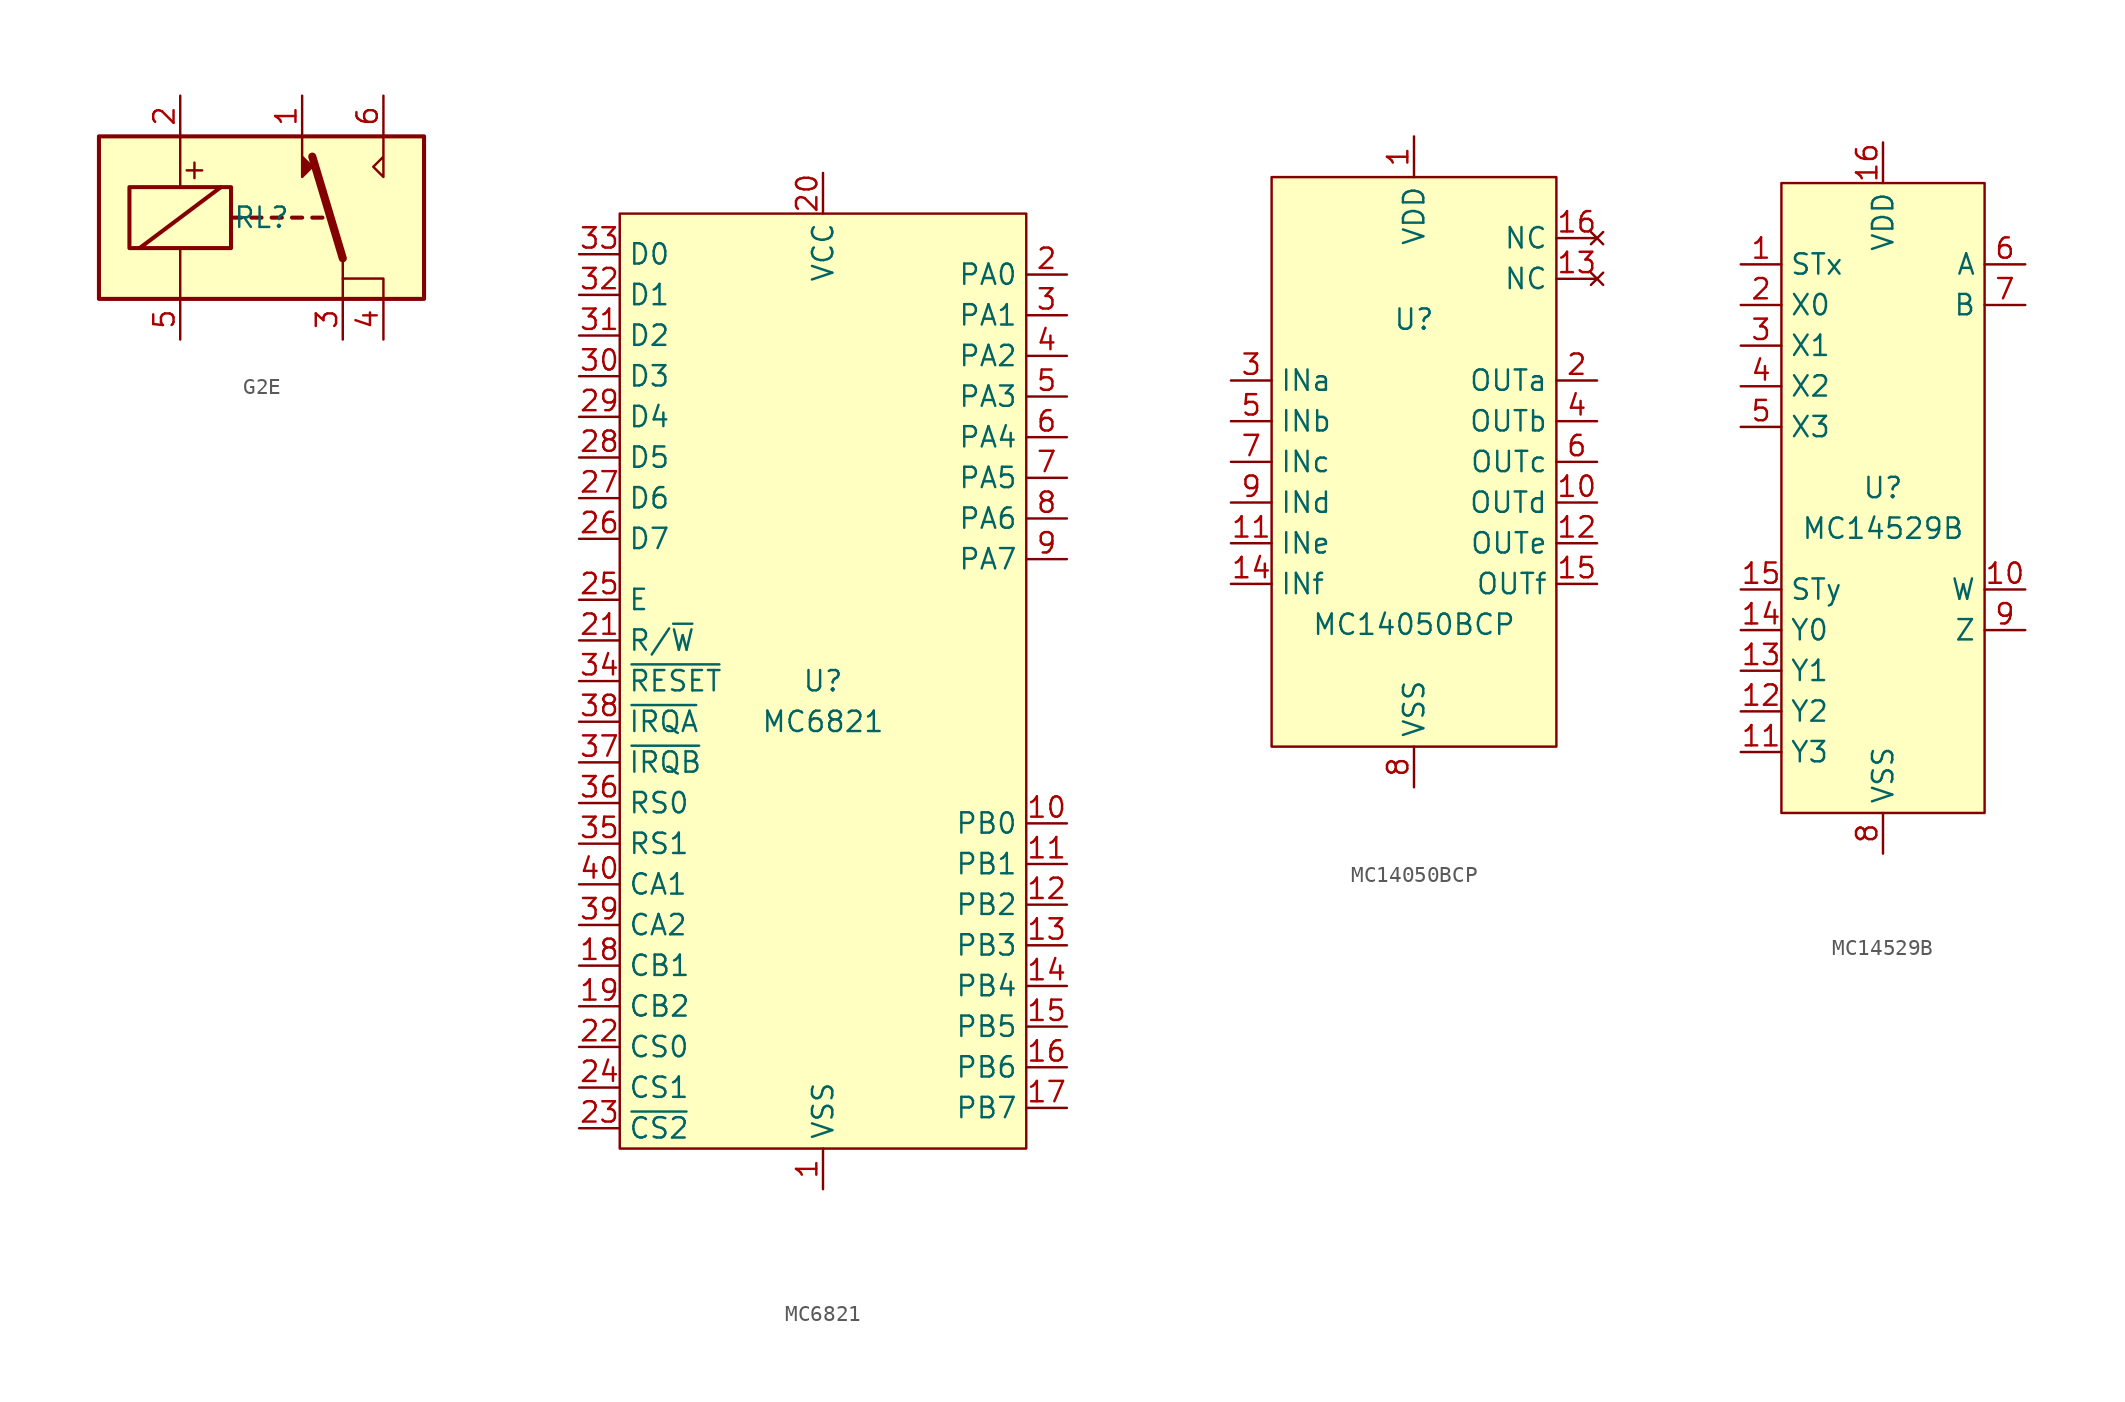
<source format=kicad_sym>
(kicad_symbol_lib
  (version 20231120)
  (generator "kicad_symbol_editor")
  (generator_version "8.0")
  (symbol "G2E"
    (property "Reference" "RL"
      (at 0 0 0)
      (effects (font (size 1.27 1.27))))
    (property "Value" ""
      (at 0 0 0)
      (effects (font (size 1.27 1.27))))
    (symbol "G2E_0_0"
      (polyline (pts (xy 7.62 5.08) (xy 7.62 2.54) (xy 6.985 3.175) (xy 7.62 3.81)) (stroke (width 0) (type default)) (fill (type none)))
      (text "+" (at -4.191 3.048 0) (effects (font (size 1.27 1.27)))))
    (symbol "G2E_0_1"
      (rectangle (start -10.16 5.08) (end 10.16 -5.08) (stroke (width 0.254) (type default)) (fill (type background)))
      (rectangle (start -8.255 1.905) (end -1.905 -1.905) (stroke (width 0.254) (type default)) (fill (type none)))
      (polyline (pts (xy -7.62 -1.905) (xy -2.54 1.905)) (stroke (width 0.254) (type default)) (fill (type none)))
      (polyline (pts (xy -5.08 -5.08) (xy -5.08 -1.905)) (stroke (width 0) (type default)) (fill (type none)))
      (polyline (pts (xy -5.08 5.08) (xy -5.08 1.905)) (stroke (width 0) (type default)) (fill (type none)))
      (polyline (pts (xy -1.905 0) (xy -1.27 0)) (stroke (width 0.254) (type default)) (fill (type none)))
      (polyline (pts (xy -0.635 0) (xy 0 0)) (stroke (width 0.254) (type default)) (fill (type none)))
      (polyline (pts (xy 0.635 0) (xy 1.27 0)) (stroke (width 0.254) (type default)) (fill (type none)))
      (polyline (pts (xy 1.905 0) (xy 2.54 0)) (stroke (width 0.254) (type default)) (fill (type none)))
      (polyline (pts (xy 3.175 0) (xy 3.81 0)) (stroke (width 0.254) (type default)) (fill (type none)))
      (polyline (pts (xy 5.08 -2.54) (xy 3.175 3.81)) (stroke (width 0.508) (type default)) (fill (type none)))
      (polyline (pts (xy 5.08 -2.54) (xy 5.08 -5.08)) (stroke (width 0) (type default)) (fill (type none)))
      (polyline (pts (xy 5.08 -3.81) (xy 7.62 -3.81) (xy 7.62 -5.08)) (stroke (width 0) (type default)) (fill (type none)))
      (polyline (pts (xy 2.54 5.08) (xy 2.54 2.54) (xy 3.175 3.175) (xy 2.54 3.81)) (stroke (width 0) (type default)) (fill (type outline))))
    (symbol "G2E_1_1"
      (pin passive line (at 2.54 7.62 270) (length 2.54) (name "~" (effects (font (size 1.27 1.27)))) (number "1" (effects (font (size 1.27 1.27)))))
      (pin passive line (at -5.08 7.62 270) (length 2.54) (name "~" (effects (font (size 1.27 1.27)))) (number "2" (effects (font (size 1.27 1.27)))))
      (pin passive line (at 5.08 -7.62 90) (length 2.54) (name "~" (effects (font (size 1.27 1.27)))) (number "3" (effects (font (size 1.27 1.27)))))
      (pin passive line (at 7.62 -7.62 90) (length 2.54) (name "~" (effects (font (size 1.27 1.27)))) (number "4" (effects (font (size 1.27 1.27)))))
      (pin passive line (at -5.08 -7.62 90) (length 2.54) (name "~" (effects (font (size 1.27 1.27)))) (number "5" (effects (font (size 1.27 1.27)))))
      (pin passive line (at 7.62 7.62 270) (length 2.54) (name "~" (effects (font (size 1.27 1.27)))) (number "6" (effects (font (size 1.27 1.27)))))))
  (symbol "MC6821"
    (property "Reference" "U"
      (at 0 1.27 0)
      (effects (font (size 1.27 1.27))))
    (property "Value" "MC6821"
      (at 0 -1.27 0)
      (effects (font (size 1.27 1.27))))
    (symbol "MC6821_0_1"
      (rectangle (start -12.7 30.48) (end 12.7 -27.94) (stroke (width 0) (type default)) (fill (type background))))
    (symbol "MC6821_1_1"
      (pin power_in line (at 0 -30.48 90) (length 2.54) (name "VSS" (effects (font (size 1.27 1.27)))) (number "1" (effects (font (size 1.27 1.27)))))
      (pin bidirectional line (at 15.24 -7.62 180) (length 2.54) (name "PB0" (effects (font (size 1.27 1.27)))) (number "10" (effects (font (size 1.27 1.27)))))
      (pin bidirectional line (at 15.24 -10.16 180) (length 2.54) (name "PB1" (effects (font (size 1.27 1.27)))) (number "11" (effects (font (size 1.27 1.27)))))
      (pin bidirectional line (at 15.24 -12.7 180) (length 2.54) (name "PB2" (effects (font (size 1.27 1.27)))) (number "12" (effects (font (size 1.27 1.27)))))
      (pin bidirectional line (at 15.24 -15.24 180) (length 2.54) (name "PB3" (effects (font (size 1.27 1.27)))) (number "13" (effects (font (size 1.27 1.27)))))
      (pin bidirectional line (at 15.24 -17.78 180) (length 2.54) (name "PB4" (effects (font (size 1.27 1.27)))) (number "14" (effects (font (size 1.27 1.27)))))
      (pin bidirectional line (at 15.24 -20.32 180) (length 2.54) (name "PB5" (effects (font (size 1.27 1.27)))) (number "15" (effects (font (size 1.27 1.27)))))
      (pin bidirectional line (at 15.24 -22.86 180) (length 2.54) (name "PB6" (effects (font (size 1.27 1.27)))) (number "16" (effects (font (size 1.27 1.27)))))
      (pin bidirectional line (at 15.24 -25.4 180) (length 2.54) (name "PB7" (effects (font (size 1.27 1.27)))) (number "17" (effects (font (size 1.27 1.27)))))
      (pin input line (at -15.24 -16.51 0) (length 2.54) (name "CB1" (effects (font (size 1.27 1.27)))) (number "18" (effects (font (size 1.27 1.27)))))
      (pin input line (at -15.24 -19.05 0) (length 2.54) (name "CB2" (effects (font (size 1.27 1.27)))) (number "19" (effects (font (size 1.27 1.27)))))
      (pin bidirectional line (at 15.24 26.67 180) (length 2.54) (name "PA0" (effects (font (size 1.27 1.27)))) (number "2" (effects (font (size 1.27 1.27)))))
      (pin power_in line (at 0 33.02 270) (length 2.54) (name "VCC" (effects (font (size 1.27 1.27)))) (number "20" (effects (font (size 1.27 1.27)))))
      (pin input line (at -15.24 3.81 0) (length 2.54) (name "R/~{W}" (effects (font (size 1.27 1.27)))) (number "21" (effects (font (size 1.27 1.27)))))
      (pin input line (at -15.24 -21.59 0) (length 2.54) (name "CS0" (effects (font (size 1.27 1.27)))) (number "22" (effects (font (size 1.27 1.27)))))
      (pin input line (at -15.24 -26.67 0) (length 2.54) (name "~{CS2}" (effects (font (size 1.27 1.27)))) (number "23" (effects (font (size 1.27 1.27)))))
      (pin input line (at -15.24 -24.13 0) (length 2.54) (name "CS1" (effects (font (size 1.27 1.27)))) (number "24" (effects (font (size 1.27 1.27)))))
      (pin input line (at -15.24 6.35 0) (length 2.54) (name "E" (effects (font (size 1.27 1.27)))) (number "25" (effects (font (size 1.27 1.27)))))
      (pin bidirectional line (at -15.24 10.16 0) (length 2.54) (name "D7" (effects (font (size 1.27 1.27)))) (number "26" (effects (font (size 1.27 1.27)))))
      (pin bidirectional line (at -15.24 12.7 0) (length 2.54) (name "D6" (effects (font (size 1.27 1.27)))) (number "27" (effects (font (size 1.27 1.27)))))
      (pin bidirectional line (at -15.24 15.24 0) (length 2.54) (name "D5" (effects (font (size 1.27 1.27)))) (number "28" (effects (font (size 1.27 1.27)))))
      (pin bidirectional line (at -15.24 17.78 0) (length 2.54) (name "D4" (effects (font (size 1.27 1.27)))) (number "29" (effects (font (size 1.27 1.27)))))
      (pin bidirectional line (at 15.24 24.13 180) (length 2.54) (name "PA1" (effects (font (size 1.27 1.27)))) (number "3" (effects (font (size 1.27 1.27)))))
      (pin bidirectional line (at -15.24 20.32 0) (length 2.54) (name "D3" (effects (font (size 1.27 1.27)))) (number "30" (effects (font (size 1.27 1.27)))))
      (pin bidirectional line (at -15.24 22.86 0) (length 2.54) (name "D2" (effects (font (size 1.27 1.27)))) (number "31" (effects (font (size 1.27 1.27)))))
      (pin bidirectional line (at -15.24 25.4 0) (length 2.54) (name "D1" (effects (font (size 1.27 1.27)))) (number "32" (effects (font (size 1.27 1.27)))))
      (pin bidirectional line (at -15.24 27.94 0) (length 2.54) (name "D0" (effects (font (size 1.27 1.27)))) (number "33" (effects (font (size 1.27 1.27)))))
      (pin input line (at -15.24 1.27 0) (length 2.54) (name "~{RESET}" (effects (font (size 1.27 1.27)))) (number "34" (effects (font (size 1.27 1.27)))))
      (pin input line (at -15.24 -8.89 0) (length 2.54) (name "RS1" (effects (font (size 1.27 1.27)))) (number "35" (effects (font (size 1.27 1.27)))))
      (pin input line (at -15.24 -6.35 0) (length 2.54) (name "RS0" (effects (font (size 1.27 1.27)))) (number "36" (effects (font (size 1.27 1.27)))))
      (pin input line (at -15.24 -3.81 0) (length 2.54) (name "~{IRQB}" (effects (font (size 1.27 1.27)))) (number "37" (effects (font (size 1.27 1.27)))))
      (pin input line (at -15.24 -1.27 0) (length 2.54) (name "~{IRQA}" (effects (font (size 1.27 1.27)))) (number "38" (effects (font (size 1.27 1.27)))))
      (pin input line (at -15.24 -13.97 0) (length 2.54) (name "CA2" (effects (font (size 1.27 1.27)))) (number "39" (effects (font (size 1.27 1.27)))))
      (pin bidirectional line (at 15.24 21.59 180) (length 2.54) (name "PA2" (effects (font (size 1.27 1.27)))) (number "4" (effects (font (size 1.27 1.27)))))
      (pin input line (at -15.24 -11.43 0) (length 2.54) (name "CA1" (effects (font (size 1.27 1.27)))) (number "40" (effects (font (size 1.27 1.27)))))
      (pin bidirectional line (at 15.24 19.05 180) (length 2.54) (name "PA3" (effects (font (size 1.27 1.27)))) (number "5" (effects (font (size 1.27 1.27)))))
      (pin bidirectional line (at 15.24 16.51 180) (length 2.54) (name "PA4" (effects (font (size 1.27 1.27)))) (number "6" (effects (font (size 1.27 1.27)))))
      (pin bidirectional line (at 15.24 13.97 180) (length 2.54) (name "PA5" (effects (font (size 1.27 1.27)))) (number "7" (effects (font (size 1.27 1.27)))))
      (pin bidirectional line (at 15.24 11.43 180) (length 2.54) (name "PA6" (effects (font (size 1.27 1.27)))) (number "8" (effects (font (size 1.27 1.27)))))
      (pin bidirectional line (at 15.24 8.89 180) (length 2.54) (name "PA7" (effects (font (size 1.27 1.27)))) (number "9" (effects (font (size 1.27 1.27)))))))
  (symbol "MC14050BCP"
    (property "Reference" "U"
      (at 0 8.89 0)
      (effects (font (size 1.27 1.27))))
    (property "Value" "MC14050BCP"
      (at 0 -10.16 0)
      (effects (font (size 1.27 1.27))))
    (symbol "MC14050BCP_0_1"
      (rectangle (start -8.89 17.78) (end 8.89 -17.78) (stroke (width 0) (type default)) (fill (type background))))
    (symbol "MC14050BCP_1_1"
      (pin power_in line (at 0 20.32 270) (length 2.54) (name "VDD" (effects (font (size 1.27 1.27)))) (number "1" (effects (font (size 1.27 1.27)))))
      (pin output line (at 11.43 -2.54 180) (length 2.54) (name "OUTd" (effects (font (size 1.27 1.27)))) (number "10" (effects (font (size 1.27 1.27)))))
      (pin input line (at -11.43 -5.08 0) (length 2.54) (name "INe" (effects (font (size 1.27 1.27)))) (number "11" (effects (font (size 1.27 1.27)))))
      (pin output line (at 11.43 -5.08 180) (length 2.54) (name "OUTe" (effects (font (size 1.27 1.27)))) (number "12" (effects (font (size 1.27 1.27)))))
      (pin no_connect line (at 11.43 11.43 180) (length 2.54) (name "NC" (effects (font (size 1.27 1.27)))) (number "13" (effects (font (size 1.27 1.27)))))
      (pin input line (at -11.43 -7.62 0) (length 2.54) (name "INf" (effects (font (size 1.27 1.27)))) (number "14" (effects (font (size 1.27 1.27)))))
      (pin output line (at 11.43 -7.62 180) (length 2.54) (name "OUTf" (effects (font (size 1.27 1.27)))) (number "15" (effects (font (size 1.27 1.27)))))
      (pin no_connect line (at 11.43 13.97 180) (length 2.54) (name "NC" (effects (font (size 1.27 1.27)))) (number "16" (effects (font (size 1.27 1.27)))))
      (pin output line (at 11.43 5.08 180) (length 2.54) (name "OUTa" (effects (font (size 1.27 1.27)))) (number "2" (effects (font (size 1.27 1.27)))))
      (pin input line (at -11.43 5.08 0) (length 2.54) (name "INa" (effects (font (size 1.27 1.27)))) (number "3" (effects (font (size 1.27 1.27)))))
      (pin output line (at 11.43 2.54 180) (length 2.54) (name "OUTb" (effects (font (size 1.27 1.27)))) (number "4" (effects (font (size 1.27 1.27)))))
      (pin input line (at -11.43 2.54 0) (length 2.54) (name "INb" (effects (font (size 1.27 1.27)))) (number "5" (effects (font (size 1.27 1.27)))))
      (pin output line (at 11.43 0 180) (length 2.54) (name "OUTc" (effects (font (size 1.27 1.27)))) (number "6" (effects (font (size 1.27 1.27)))))
      (pin input line (at -11.43 0 0) (length 2.54) (name "INc" (effects (font (size 1.27 1.27)))) (number "7" (effects (font (size 1.27 1.27)))))
      (pin power_in line (at 0 -20.32 90) (length 2.54) (name "VSS" (effects (font (size 1.27 1.27)))) (number "8" (effects (font (size 1.27 1.27)))))
      (pin input line (at -11.43 -2.54 0) (length 2.54) (name "INd" (effects (font (size 1.27 1.27)))) (number "9" (effects (font (size 1.27 1.27)))))))
  (symbol "MC14529B"
    (property "Reference" "U"
      (at 0 1.27 0)
      (effects (font (size 1.27 1.27))))
    (property "Value" "MC14529B"
      (at 0 -1.27 0)
      (effects (font (size 1.27 1.27))))
    (symbol "MC14529B_0_1"
      (rectangle (start -6.35 20.32) (end 6.35 -19.05) (stroke (width 0) (type default)) (fill (type background))))
    (symbol "MC14529B_1_1"
      (pin input line (at -8.89 15.24 0) (length 2.54) (name "STx" (effects (font (size 1.27 1.27)))) (number "1" (effects (font (size 1.27 1.27)))))
      (pin output line (at 8.89 -5.08 180) (length 2.54) (name "W" (effects (font (size 1.27 1.27)))) (number "10" (effects (font (size 1.27 1.27)))))
      (pin input line (at -8.89 -15.24 0) (length 2.54) (name "Y3" (effects (font (size 1.27 1.27)))) (number "11" (effects (font (size 1.27 1.27)))))
      (pin input line (at -8.89 -12.7 0) (length 2.54) (name "Y2" (effects (font (size 1.27 1.27)))) (number "12" (effects (font (size 1.27 1.27)))))
      (pin input line (at -8.89 -10.16 0) (length 2.54) (name "Y1" (effects (font (size 1.27 1.27)))) (number "13" (effects (font (size 1.27 1.27)))))
      (pin input line (at -8.89 -7.62 0) (length 2.54) (name "Y0" (effects (font (size 1.27 1.27)))) (number "14" (effects (font (size 1.27 1.27)))))
      (pin input line (at -8.89 -5.08 0) (length 2.54) (name "STy" (effects (font (size 1.27 1.27)))) (number "15" (effects (font (size 1.27 1.27)))))
      (pin power_in line (at 0 22.86 270) (length 2.54) (name "VDD" (effects (font (size 1.27 1.27)))) (number "16" (effects (font (size 1.27 1.27)))))
      (pin input line (at -8.89 12.7 0) (length 2.54) (name "X0" (effects (font (size 1.27 1.27)))) (number "2" (effects (font (size 1.27 1.27)))))
      (pin input line (at -8.89 10.16 0) (length 2.54) (name "X1" (effects (font (size 1.27 1.27)))) (number "3" (effects (font (size 1.27 1.27)))))
      (pin input line (at -8.89 7.62 0) (length 2.54) (name "X2" (effects (font (size 1.27 1.27)))) (number "4" (effects (font (size 1.27 1.27)))))
      (pin input line (at -8.89 5.08 0) (length 2.54) (name "X3" (effects (font (size 1.27 1.27)))) (number "5" (effects (font (size 1.27 1.27)))))
      (pin output line (at 8.89 15.24 180) (length 2.54) (name "A" (effects (font (size 1.27 1.27)))) (number "6" (effects (font (size 1.27 1.27)))))
      (pin output line (at 8.89 12.7 180) (length 2.54) (name "B" (effects (font (size 1.27 1.27)))) (number "7" (effects (font (size 1.27 1.27)))))
      (pin power_in line (at 0 -21.59 90) (length 2.54) (name "VSS" (effects (font (size 1.27 1.27)))) (number "8" (effects (font (size 1.27 1.27)))))
      (pin output line (at 8.89 -7.62 180) (length 2.54) (name "Z" (effects (font (size 1.27 1.27)))) (number "9" (effects (font (size 1.27 1.27))))))))
</source>
